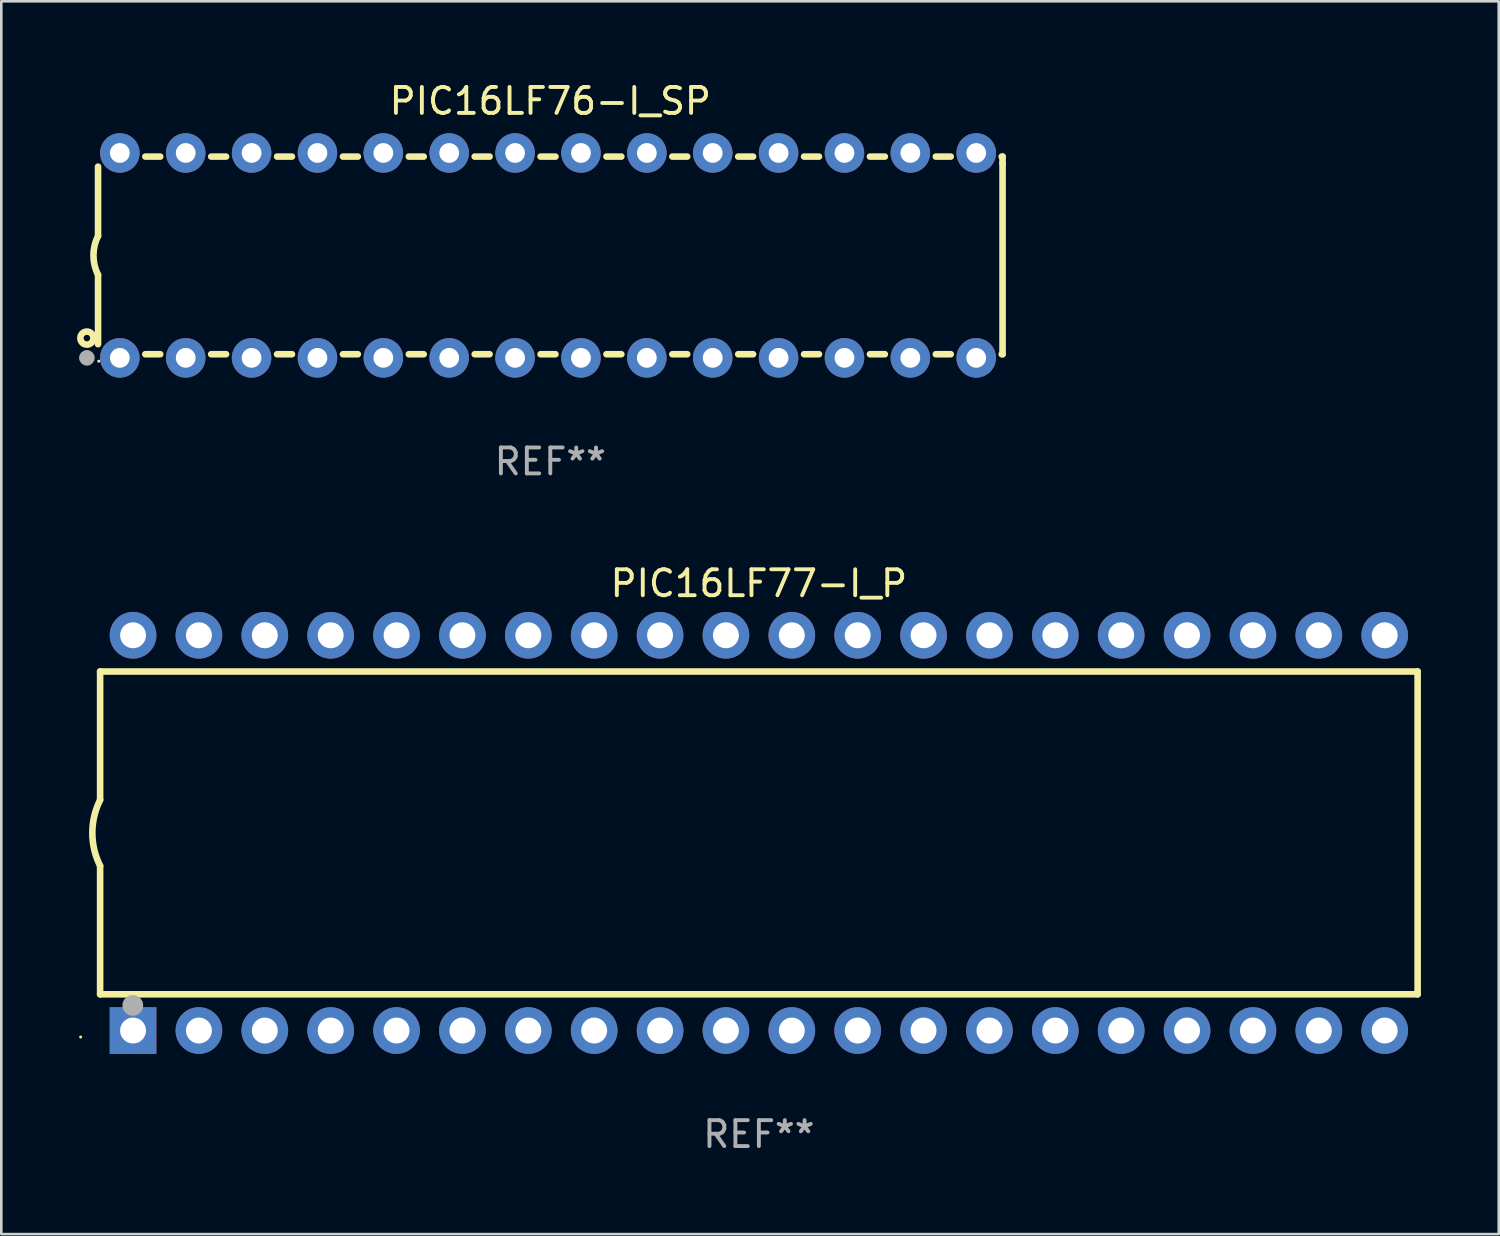
<source format=kicad_pcb>
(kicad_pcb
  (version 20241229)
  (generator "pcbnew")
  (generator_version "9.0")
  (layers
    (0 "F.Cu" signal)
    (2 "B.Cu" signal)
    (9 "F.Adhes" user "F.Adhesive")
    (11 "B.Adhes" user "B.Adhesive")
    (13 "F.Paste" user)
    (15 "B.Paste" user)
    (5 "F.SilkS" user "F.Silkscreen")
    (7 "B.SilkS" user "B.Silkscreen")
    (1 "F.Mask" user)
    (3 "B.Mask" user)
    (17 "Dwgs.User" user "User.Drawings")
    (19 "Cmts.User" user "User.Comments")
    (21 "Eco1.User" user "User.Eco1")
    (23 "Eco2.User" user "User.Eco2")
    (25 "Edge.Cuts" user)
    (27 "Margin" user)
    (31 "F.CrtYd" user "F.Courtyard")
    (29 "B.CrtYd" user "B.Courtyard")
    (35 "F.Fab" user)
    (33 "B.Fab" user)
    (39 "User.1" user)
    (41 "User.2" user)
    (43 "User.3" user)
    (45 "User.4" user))
  (footprint "PIC16LF76-I_SP"
    (layer "F.Cu")
    (at 18.168 6.798)
    (property "Reference" "PIC16LF76-I_SP" (at 0 -5.95 0) (layer "F.SilkS") (effects (font (size 1 1) (thickness 0.15))))
    (attr through_hole)
    (fp_line (start -17.438 0.75) (end -17.438 3.423) (stroke (width 0.254) (type solid)) (layer "F.SilkS"))
    (fp_line (start -17.438 -3.423) (end -17.438 -0.75) (stroke (width 0.254) (type solid)) (layer "F.SilkS"))
    (fp_line (start -15.615 3.81) (end -15.041 3.81) (stroke (width 0.254) (type solid)) (layer "F.SilkS"))
    (fp_line (start -15.041 -3.81) (end -15.614 -3.81) (stroke (width 0.254) (type solid)) (layer "F.SilkS"))
    (fp_line (start -13.075 3.81) (end -12.501 3.81) (stroke (width 0.254) (type solid)) (layer "F.SilkS"))
    (fp_line (start -12.501 -3.81) (end -13.074 -3.81) (stroke (width 0.254) (type solid)) (layer "F.SilkS"))
    (fp_line (start -10.535 3.81) (end -9.961 3.81) (stroke (width 0.254) (type solid)) (layer "F.SilkS"))
    (fp_line (start -9.961 -3.81) (end -10.534 -3.81) (stroke (width 0.254) (type solid)) (layer "F.SilkS"))
    (fp_line (start -7.995 3.81) (end -7.421 3.81) (stroke (width 0.254) (type solid)) (layer "F.SilkS"))
    (fp_line (start -7.421 -3.81) (end -7.995 -3.81) (stroke (width 0.254) (type solid)) (layer "F.SilkS"))
    (fp_line (start -5.455 3.81) (end -4.881 3.81) (stroke (width 0.254) (type solid)) (layer "F.SilkS"))
    (fp_line (start -4.881 -3.81) (end -5.455 -3.81) (stroke (width 0.254) (type solid)) (layer "F.SilkS"))
    (fp_line (start -2.915 3.81) (end -2.341 3.81) (stroke (width 0.254) (type solid)) (layer "F.SilkS"))
    (fp_line (start -2.341 -3.81) (end -2.915 -3.81) (stroke (width 0.254) (type solid)) (layer "F.SilkS"))
    (fp_line (start -0.375 3.81) (end 0.199 3.81) (stroke (width 0.254) (type solid)) (layer "F.SilkS"))
    (fp_line (start 0.199 -3.81) (end -0.375 -3.81) (stroke (width 0.254) (type solid)) (layer "F.SilkS"))
    (fp_line (start 2.165 3.81) (end 2.739 3.81) (stroke (width 0.254) (type solid)) (layer "F.SilkS"))
    (fp_line (start 2.739 -3.81) (end 2.165 -3.81) (stroke (width 0.254) (type solid)) (layer "F.SilkS"))
    (fp_line (start 4.705 3.81) (end 5.279 3.81) (stroke (width 0.254) (type solid)) (layer "F.SilkS"))
    (fp_line (start 5.279 -3.81) (end 4.705 -3.81) (stroke (width 0.254) (type solid)) (layer "F.SilkS"))
    (fp_line (start 7.245 3.81) (end 7.819 3.81) (stroke (width 0.254) (type solid)) (layer "F.SilkS"))
    (fp_line (start 7.819 -3.81) (end 7.245 -3.81) (stroke (width 0.254) (type solid)) (layer "F.SilkS"))
    (fp_line (start 9.785 3.81) (end 10.359 3.81) (stroke (width 0.254) (type solid)) (layer "F.SilkS"))
    (fp_line (start 10.359 -3.81) (end 9.785 -3.81) (stroke (width 0.254) (type solid)) (layer "F.SilkS"))
    (fp_line (start 12.325 3.81) (end 12.899 3.81) (stroke (width 0.254) (type solid)) (layer "F.SilkS"))
    (fp_line (start 12.899 -3.81) (end 12.325 -3.81) (stroke (width 0.254) (type solid)) (layer "F.SilkS"))
    (fp_line (start 14.865 3.81) (end 15.439 3.81) (stroke (width 0.254) (type solid)) (layer "F.SilkS"))
    (fp_line (start 15.439 -3.81) (end 14.865 -3.81) (stroke (width 0.254) (type solid)) (layer "F.SilkS"))
    (fp_line (start 17.405 3.81) (end 17.438 3.81) (stroke (width 0.254) (type solid)) (layer "F.SilkS"))
    (fp_line (start 17.438 -3.81) (end 17.405 -3.81) (stroke (width 0.254) (type solid)) (layer "F.SilkS"))
    (fp_line (start 17.438 -3.556) (end 17.438 -3.81) (stroke (width 0.254) (type solid)) (layer "F.SilkS"))
    (fp_line (start 17.438 3.81) (end 17.438 -3.556) (stroke (width 0.254) (type solid)) (layer "F.SilkS"))
    (fp_arc (start -17.437986 0.749657) (mid -17.614887 -0.000024) (end -17.437783 -0.749657) (stroke (width 0.254001) (type solid)) (layer "F.SilkS"))
    (fp_circle (center -17.868 3.188) (end -17.743 3.188) (stroke (width 0.254) (type solid)) (fill no) (layer "F.SilkS"))
    (fp_circle (center -17.411 4.077) (end -17.381 4.077) (stroke (width 0.06) (type solid)) (fill no) (layer "F.SilkS"))
    (fp_circle (center -17.868 3.95) (end -17.718 3.95) (stroke (width 0.3) (type solid)) (fill no) (layer "F.Fab"))
    (fp_text user "REF**" (at 0 7.95 0) (layer "F.Fab") (effects (font (size 1 1) (thickness 0.15))))
    (pad "1" thru_hole circle (at -16.598 3.95) (size 1.524 1.524) (drill 0.762) (layers "*.Cu" "*.Mask"))
    (pad "2" thru_hole circle (at -14.058 3.95) (size 1.524 1.524) (drill 0.762) (layers "*.Cu" "*.Mask"))
    (pad "3" thru_hole circle (at -11.518 3.95) (size 1.524 1.524) (drill 0.762) (layers "*.Cu" "*.Mask"))
    (pad "4" thru_hole circle (at -8.978 3.95) (size 1.524 1.524) (drill 0.762) (layers "*.Cu" "*.Mask"))
    (pad "5" thru_hole circle (at -6.438 3.95) (size 1.524 1.524) (drill 0.762) (layers "*.Cu" "*.Mask"))
    (pad "6" thru_hole circle (at -3.898 3.95) (size 1.524 1.524) (drill 0.762) (layers "*.Cu" "*.Mask"))
    (pad "7" thru_hole circle (at -1.358 3.95) (size 1.524 1.524) (drill 0.762) (layers "*.Cu" "*.Mask"))
    (pad "8" thru_hole circle (at 1.182 3.95) (size 1.524 1.524) (drill 0.762) (layers "*.Cu" "*.Mask"))
    (pad "9" thru_hole circle (at 3.722 3.95) (size 1.524 1.524) (drill 0.762) (layers "*.Cu" "*.Mask"))
    (pad "10" thru_hole circle (at 6.262 3.95) (size 1.524 1.524) (drill 0.762) (layers "*.Cu" "*.Mask"))
    (pad "11" thru_hole circle (at 8.802 3.95) (size 1.524 1.524) (drill 0.762) (layers "*.Cu" "*.Mask"))
    (pad "12" thru_hole circle (at 11.342 3.95) (size 1.524 1.524) (drill 0.762) (layers "*.Cu" "*.Mask"))
    (pad "13" thru_hole circle (at 13.882 3.95) (size 1.524 1.524) (drill 0.762) (layers "*.Cu" "*.Mask"))
    (pad "14" thru_hole circle (at 16.422 3.95) (size 1.524 1.524) (drill 0.762) (layers "*.Cu" "*.Mask"))
    (pad "15" thru_hole circle (at 16.422 -3.95) (size 1.524 1.524) (drill 0.762) (layers "*.Cu" "*.Mask"))
    (pad "16" thru_hole circle (at 13.882 -3.95) (size 1.524 1.524) (drill 0.762) (layers "*.Cu" "*.Mask"))
    (pad "17" thru_hole circle (at 11.342 -3.95) (size 1.524 1.524) (drill 0.762) (layers "*.Cu" "*.Mask"))
    (pad "18" thru_hole circle (at 8.802 -3.95) (size 1.524 1.524) (drill 0.762) (layers "*.Cu" "*.Mask"))
    (pad "19" thru_hole circle (at 6.262 -3.95) (size 1.524 1.524) (drill 0.762) (layers "*.Cu" "*.Mask"))
    (pad "20" thru_hole circle (at 3.722 -3.95) (size 1.524 1.524) (drill 0.762) (layers "*.Cu" "*.Mask"))
    (pad "21" thru_hole circle (at 1.182 -3.95) (size 1.524 1.524) (drill 0.762) (layers "*.Cu" "*.Mask"))
    (pad "22" thru_hole circle (at -1.358 -3.95) (size 1.524 1.524) (drill 0.762) (layers "*.Cu" "*.Mask"))
    (pad "23" thru_hole circle (at -3.898 -3.95) (size 1.524 1.524) (drill 0.762) (layers "*.Cu" "*.Mask"))
    (pad "24" thru_hole circle (at -6.438 -3.95) (size 1.524 1.524) (drill 0.762) (layers "*.Cu" "*.Mask"))
    (pad "25" thru_hole circle (at -8.978 -3.95) (size 1.524 1.524) (drill 0.762) (layers "*.Cu" "*.Mask"))
    (pad "26" thru_hole circle (at -11.517 -3.95) (size 1.524 1.524) (drill 0.762) (layers "*.Cu" "*.Mask"))
    (pad "27" thru_hole circle (at -14.057 -3.95) (size 1.524 1.524) (drill 0.762) (layers "*.Cu" "*.Mask"))
    (pad "28" thru_hole circle (at -16.597 -3.95) (size 1.524 1.524) (drill 0.762) (layers "*.Cu" "*.Mask")))
  (footprint "PIC16LF77-I_P"
    (layer "F.Cu")
    (at 26.21 29.065)
    (property "Reference" "PIC16LF77-I_P" (at 0 -9.62 0) (layer "F.SilkS") (effects (font (size 1 1) (thickness 0.15))))
    (attr through_hole)
    (fp_line (start -25.4 -6.224) (end -25.4 -1.271) (stroke (width 0.254) (type solid)) (layer "F.SilkS"))
    (fp_line (start -25.4 -6.224) (end 25.4 -6.224) (stroke (width 0.254) (type solid)) (layer "F.SilkS"))
    (fp_line (start -25.4 1.269) (end -25.4 6.222) (stroke (width 0.254) (type solid)) (layer "F.SilkS"))
    (fp_line (start -25.4 6.222) (end 25.4 6.222) (stroke (width 0.254) (type solid)) (layer "F.SilkS"))
    (fp_line (start 25.4 6.222) (end 25.4 -6.224) (stroke (width 0.254) (type solid)) (layer "F.SilkS"))
    (fp_arc (start -25.4 1.269241) (mid -25.699807 -0.000762) (end -25.4 -1.270765) (stroke (width 0.254001) (type solid)) (layer "F.SilkS"))
    (fp_circle (center -26.15 7.87) (end -26.12 7.87) (stroke (width 0.06) (type solid)) (fill no) (layer "F.SilkS"))
    (fp_circle (center -24.14 6.65) (end -23.94 6.65) (stroke (width 0.4) (type solid)) (fill no) (layer "F.Fab"))
    (fp_text user "REF**" (at 0 11.62 0) (layer "F.Fab") (effects (font (size 1 1) (thickness 0.15))))
    (pad "1" thru_hole rect (at -24.13 7.62 90) (size 1.8 1.8) (drill 1) (layers "*.Cu" "*.Mask"))
    (pad "2" thru_hole circle (at -21.59 7.62) (size 1.8 1.8) (drill 1) (layers "*.Cu" "*.Mask"))
    (pad "3" thru_hole circle (at -19.05 7.62) (size 1.8 1.8) (drill 1) (layers "*.Cu" "*.Mask"))
    (pad "4" thru_hole circle (at -16.51 7.62) (size 1.8 1.8) (drill 1) (layers "*.Cu" "*.Mask"))
    (pad "5" thru_hole circle (at -13.97 7.62) (size 1.8 1.8) (drill 1) (layers "*.Cu" "*.Mask"))
    (pad "6" thru_hole circle (at -11.43 7.62) (size 1.8 1.8) (drill 1) (layers "*.Cu" "*.Mask"))
    (pad "7" thru_hole circle (at -8.89 7.62) (size 1.8 1.8) (drill 1) (layers "*.Cu" "*.Mask"))
    (pad "8" thru_hole circle (at -6.35 7.62) (size 1.8 1.8) (drill 1) (layers "*.Cu" "*.Mask"))
    (pad "9" thru_hole circle (at -3.81 7.62) (size 1.8 1.8) (drill 1) (layers "*.Cu" "*.Mask"))
    (pad "10" thru_hole circle (at -1.27 7.62) (size 1.8 1.8) (drill 1) (layers "*.Cu" "*.Mask"))
    (pad "11" thru_hole circle (at 1.27 7.62) (size 1.8 1.8) (drill 1) (layers "*.Cu" "*.Mask"))
    (pad "12" thru_hole circle (at 3.81 7.62) (size 1.8 1.8) (drill 1) (layers "*.Cu" "*.Mask"))
    (pad "13" thru_hole circle (at 6.35 7.62) (size 1.8 1.8) (drill 1) (layers "*.Cu" "*.Mask"))
    (pad "14" thru_hole circle (at 8.89 7.62) (size 1.8 1.8) (drill 1) (layers "*.Cu" "*.Mask"))
    (pad "15" thru_hole circle (at 11.43 7.62) (size 1.8 1.8) (drill 1) (layers "*.Cu" "*.Mask"))
    (pad "16" thru_hole circle (at 13.97 7.62) (size 1.8 1.8) (drill 1) (layers "*.Cu" "*.Mask"))
    (pad "17" thru_hole circle (at 16.51 7.62) (size 1.8 1.8) (drill 1) (layers "*.Cu" "*.Mask"))
    (pad "18" thru_hole circle (at 19.05 7.62) (size 1.8 1.8) (drill 1) (layers "*.Cu" "*.Mask"))
    (pad "19" thru_hole circle (at 21.59 7.62) (size 1.8 1.8) (drill 1) (layers "*.Cu" "*.Mask"))
    (pad "20" thru_hole circle (at 24.13 7.62) (size 1.8 1.8) (drill 1) (layers "*.Cu" "*.Mask"))
    (pad "21" thru_hole circle (at 24.13 -7.62) (size 1.8 1.8) (drill 1) (layers "*.Cu" "*.Mask"))
    (pad "22" thru_hole circle (at 21.59 -7.62) (size 1.8 1.8) (drill 1) (layers "*.Cu" "*.Mask"))
    (pad "23" thru_hole circle (at 19.05 -7.62) (size 1.8 1.8) (drill 1) (layers "*.Cu" "*.Mask"))
    (pad "24" thru_hole circle (at 16.51 -7.62) (size 1.8 1.8) (drill 1) (layers "*.Cu" "*.Mask"))
    (pad "25" thru_hole circle (at 13.97 -7.62) (size 1.8 1.8) (drill 1) (layers "*.Cu" "*.Mask"))
    (pad "26" thru_hole circle (at 11.43 -7.62) (size 1.8 1.8) (drill 1) (layers "*.Cu" "*.Mask"))
    (pad "27" thru_hole circle (at 8.89 -7.62) (size 1.8 1.8) (drill 1) (layers "*.Cu" "*.Mask"))
    (pad "28" thru_hole circle (at 6.35 -7.62) (size 1.8 1.8) (drill 1) (layers "*.Cu" "*.Mask"))
    (pad "29" thru_hole circle (at 3.81 -7.62) (size 1.8 1.8) (drill 1) (layers "*.Cu" "*.Mask"))
    (pad "30" thru_hole circle (at 1.27 -7.62) (size 1.8 1.8) (drill 1) (layers "*.Cu" "*.Mask"))
    (pad "31" thru_hole circle (at -1.27 -7.62) (size 1.8 1.8) (drill 1) (layers "*.Cu" "*.Mask"))
    (pad "32" thru_hole circle (at -3.81 -7.62) (size 1.8 1.8) (drill 1) (layers "*.Cu" "*.Mask"))
    (pad "33" thru_hole circle (at -6.35 -7.62) (size 1.8 1.8) (drill 1) (layers "*.Cu" "*.Mask"))
    (pad "34" thru_hole circle (at -8.89 -7.62) (size 1.8 1.8) (drill 1) (layers "*.Cu" "*.Mask"))
    (pad "35" thru_hole circle (at -11.43 -7.62) (size 1.8 1.8) (drill 1) (layers "*.Cu" "*.Mask"))
    (pad "36" thru_hole circle (at -13.97 -7.62) (size 1.8 1.8) (drill 1) (layers "*.Cu" "*.Mask"))
    (pad "37" thru_hole circle (at -16.51 -7.62) (size 1.8 1.8) (drill 1) (layers "*.Cu" "*.Mask"))
    (pad "38" thru_hole circle (at -19.05 -7.62) (size 1.8 1.8) (drill 1) (layers "*.Cu" "*.Mask"))
    (pad "39" thru_hole circle (at -21.59 -7.62) (size 1.8 1.8) (drill 1) (layers "*.Cu" "*.Mask"))
    (pad "40" thru_hole circle (at -24.13 -7.62) (size 1.8 1.8) (drill 1) (layers "*.Cu" "*.Mask")))
  (gr_rect
    (start -3 -3)
    (end 54.737 44.533)
    (stroke (width 0.1) (type default))
    (fill no)
    (layer "Edge.Cuts")))
</source>
